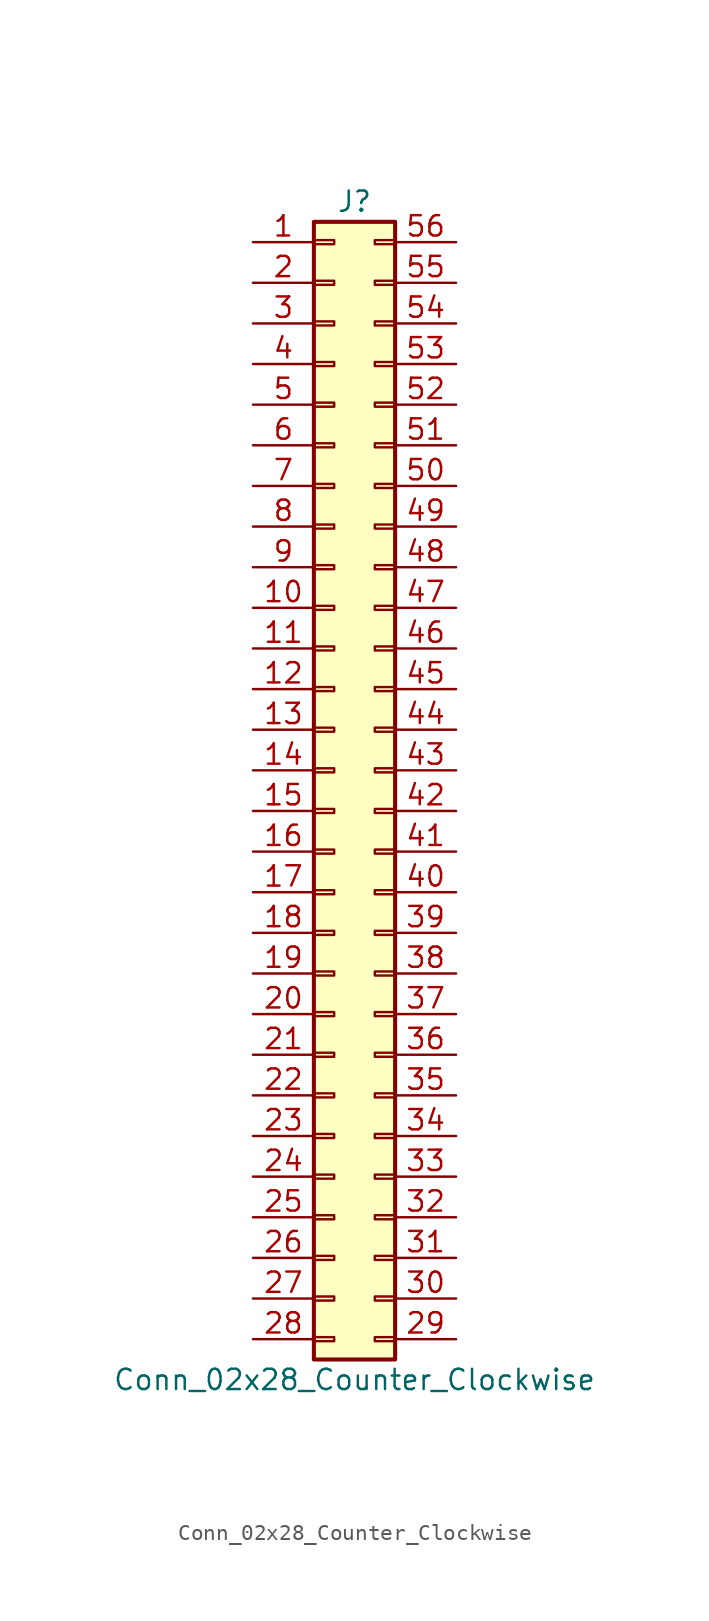
<source format=kicad_sym>
(kicad_symbol_lib
  (version 20220914)
  (generator kicad_symbol_editor)
  (symbol "Conn_02x28_Counter_Clockwise"
    (pin_names
      (offset 1.016) hide)
    (property "Reference" "J"
      (at 1.27 35.56 0)
      (effects (font (size 1.27 1.27))))
    (property "Value" "Conn_02x28_Counter_Clockwise"
      (at 1.27 -38.1 0)
      (effects (font (size 1.27 1.27))))
    (symbol "Conn_02x28_Counter_Clockwise_1_1"
      (rectangle (start -1.27 -35.433) (end 0 -35.687) (stroke (width 0.152) (type default)) (fill (type none)))
      (rectangle (start -1.27 -32.893) (end 0 -33.147) (stroke (width 0.152) (type default)) (fill (type none)))
      (rectangle (start -1.27 -30.353) (end 0 -30.607) (stroke (width 0.152) (type default)) (fill (type none)))
      (rectangle (start -1.27 -27.813) (end 0 -28.067) (stroke (width 0.152) (type default)) (fill (type none)))
      (rectangle (start -1.27 -25.273) (end 0 -25.527) (stroke (width 0.152) (type default)) (fill (type none)))
      (rectangle (start -1.27 -22.733) (end 0 -22.987) (stroke (width 0.152) (type default)) (fill (type none)))
      (rectangle (start -1.27 -20.193) (end 0 -20.447) (stroke (width 0.152) (type default)) (fill (type none)))
      (rectangle (start -1.27 -17.653) (end 0 -17.907) (stroke (width 0.152) (type default)) (fill (type none)))
      (rectangle (start -1.27 -15.113) (end 0 -15.367) (stroke (width 0.152) (type default)) (fill (type none)))
      (rectangle (start -1.27 -12.573) (end 0 -12.827) (stroke (width 0.152) (type default)) (fill (type none)))
      (rectangle (start -1.27 -10.033) (end 0 -10.287) (stroke (width 0.152) (type default)) (fill (type none)))
      (rectangle (start -1.27 -7.493) (end 0 -7.747) (stroke (width 0.152) (type default)) (fill (type none)))
      (rectangle (start -1.27 -4.953) (end 0 -5.207) (stroke (width 0.152) (type default)) (fill (type none)))
      (rectangle (start -1.27 -2.413) (end 0 -2.667) (stroke (width 0.152) (type default)) (fill (type none)))
      (rectangle (start -1.27 0.127) (end 0 -0.127) (stroke (width 0.152) (type default)) (fill (type none)))
      (rectangle (start -1.27 2.667) (end 0 2.413) (stroke (width 0.152) (type default)) (fill (type none)))
      (rectangle (start -1.27 5.207) (end 0 4.953) (stroke (width 0.152) (type default)) (fill (type none)))
      (rectangle (start -1.27 7.747) (end 0 7.493) (stroke (width 0.152) (type default)) (fill (type none)))
      (rectangle (start -1.27 10.287) (end 0 10.033) (stroke (width 0.152) (type default)) (fill (type none)))
      (rectangle (start -1.27 12.827) (end 0 12.573) (stroke (width 0.152) (type default)) (fill (type none)))
      (rectangle (start -1.27 15.367) (end 0 15.113) (stroke (width 0.152) (type default)) (fill (type none)))
      (rectangle (start -1.27 17.907) (end 0 17.653) (stroke (width 0.152) (type default)) (fill (type none)))
      (rectangle (start -1.27 20.447) (end 0 20.193) (stroke (width 0.152) (type default)) (fill (type none)))
      (rectangle (start -1.27 22.987) (end 0 22.733) (stroke (width 0.152) (type default)) (fill (type none)))
      (rectangle (start -1.27 25.527) (end 0 25.273) (stroke (width 0.152) (type default)) (fill (type none)))
      (rectangle (start -1.27 28.067) (end 0 27.813) (stroke (width 0.152) (type default)) (fill (type none)))
      (rectangle (start -1.27 30.607) (end 0 30.353) (stroke (width 0.152) (type default)) (fill (type none)))
      (rectangle (start -1.27 33.147) (end 0 32.893) (stroke (width 0.152) (type default)) (fill (type none)))
      (rectangle (start -1.27 34.29) (end 3.81 -36.83) (stroke (width 0.254) (type default)) (fill (type background)))
      (rectangle (start 3.81 -35.433) (end 2.54 -35.687) (stroke (width 0.152) (type default)) (fill (type none)))
      (rectangle (start 3.81 -32.893) (end 2.54 -33.147) (stroke (width 0.152) (type default)) (fill (type none)))
      (rectangle (start 3.81 -30.353) (end 2.54 -30.607) (stroke (width 0.152) (type default)) (fill (type none)))
      (rectangle (start 3.81 -27.813) (end 2.54 -28.067) (stroke (width 0.152) (type default)) (fill (type none)))
      (rectangle (start 3.81 -25.273) (end 2.54 -25.527) (stroke (width 0.152) (type default)) (fill (type none)))
      (rectangle (start 3.81 -22.733) (end 2.54 -22.987) (stroke (width 0.152) (type default)) (fill (type none)))
      (rectangle (start 3.81 -20.193) (end 2.54 -20.447) (stroke (width 0.152) (type default)) (fill (type none)))
      (rectangle (start 3.81 -17.653) (end 2.54 -17.907) (stroke (width 0.152) (type default)) (fill (type none)))
      (rectangle (start 3.81 -15.113) (end 2.54 -15.367) (stroke (width 0.152) (type default)) (fill (type none)))
      (rectangle (start 3.81 -12.573) (end 2.54 -12.827) (stroke (width 0.152) (type default)) (fill (type none)))
      (rectangle (start 3.81 -10.033) (end 2.54 -10.287) (stroke (width 0.152) (type default)) (fill (type none)))
      (rectangle (start 3.81 -7.493) (end 2.54 -7.747) (stroke (width 0.152) (type default)) (fill (type none)))
      (rectangle (start 3.81 -4.953) (end 2.54 -5.207) (stroke (width 0.152) (type default)) (fill (type none)))
      (rectangle (start 3.81 -2.413) (end 2.54 -2.667) (stroke (width 0.152) (type default)) (fill (type none)))
      (rectangle (start 3.81 0.127) (end 2.54 -0.127) (stroke (width 0.152) (type default)) (fill (type none)))
      (rectangle (start 3.81 2.667) (end 2.54 2.413) (stroke (width 0.152) (type default)) (fill (type none)))
      (rectangle (start 3.81 5.207) (end 2.54 4.953) (stroke (width 0.152) (type default)) (fill (type none)))
      (rectangle (start 3.81 7.747) (end 2.54 7.493) (stroke (width 0.152) (type default)) (fill (type none)))
      (rectangle (start 3.81 10.287) (end 2.54 10.033) (stroke (width 0.152) (type default)) (fill (type none)))
      (rectangle (start 3.81 12.827) (end 2.54 12.573) (stroke (width 0.152) (type default)) (fill (type none)))
      (rectangle (start 3.81 15.367) (end 2.54 15.113) (stroke (width 0.152) (type default)) (fill (type none)))
      (rectangle (start 3.81 17.907) (end 2.54 17.653) (stroke (width 0.152) (type default)) (fill (type none)))
      (rectangle (start 3.81 20.447) (end 2.54 20.193) (stroke (width 0.152) (type default)) (fill (type none)))
      (rectangle (start 3.81 22.987) (end 2.54 22.733) (stroke (width 0.152) (type default)) (fill (type none)))
      (rectangle (start 3.81 25.527) (end 2.54 25.273) (stroke (width 0.152) (type default)) (fill (type none)))
      (rectangle (start 3.81 28.067) (end 2.54 27.813) (stroke (width 0.152) (type default)) (fill (type none)))
      (rectangle (start 3.81 30.607) (end 2.54 30.353) (stroke (width 0.152) (type default)) (fill (type none)))
      (rectangle (start 3.81 33.147) (end 2.54 32.893) (stroke (width 0.152) (type default)) (fill (type none)))
      (pin passive line (at -5.08 33.02 0) (length 3.81) (name "Pin_1" (effects (font (size 1.27 1.27)))) (number "1" (effects (font (size 1.27 1.27)))))
      (pin passive line (at -5.08 10.16 0) (length 3.81) (name "Pin_10" (effects (font (size 1.27 1.27)))) (number "10" (effects (font (size 1.27 1.27)))))
      (pin passive line (at -5.08 7.62 0) (length 3.81) (name "Pin_11" (effects (font (size 1.27 1.27)))) (number "11" (effects (font (size 1.27 1.27)))))
      (pin passive line (at -5.08 5.08 0) (length 3.81) (name "Pin_12" (effects (font (size 1.27 1.27)))) (number "12" (effects (font (size 1.27 1.27)))))
      (pin passive line (at -5.08 2.54 0) (length 3.81) (name "Pin_13" (effects (font (size 1.27 1.27)))) (number "13" (effects (font (size 1.27 1.27)))))
      (pin passive line (at -5.08 0 0) (length 3.81) (name "Pin_14" (effects (font (size 1.27 1.27)))) (number "14" (effects (font (size 1.27 1.27)))))
      (pin passive line (at -5.08 -2.54 0) (length 3.81) (name "Pin_15" (effects (font (size 1.27 1.27)))) (number "15" (effects (font (size 1.27 1.27)))))
      (pin passive line (at -5.08 -5.08 0) (length 3.81) (name "Pin_16" (effects (font (size 1.27 1.27)))) (number "16" (effects (font (size 1.27 1.27)))))
      (pin passive line (at -5.08 -7.62 0) (length 3.81) (name "Pin_17" (effects (font (size 1.27 1.27)))) (number "17" (effects (font (size 1.27 1.27)))))
      (pin passive line (at -5.08 -10.16 0) (length 3.81) (name "Pin_18" (effects (font (size 1.27 1.27)))) (number "18" (effects (font (size 1.27 1.27)))))
      (pin passive line (at -5.08 -12.7 0) (length 3.81) (name "Pin_19" (effects (font (size 1.27 1.27)))) (number "19" (effects (font (size 1.27 1.27)))))
      (pin passive line (at -5.08 30.48 0) (length 3.81) (name "Pin_2" (effects (font (size 1.27 1.27)))) (number "2" (effects (font (size 1.27 1.27)))))
      (pin passive line (at -5.08 -15.24 0) (length 3.81) (name "Pin_20" (effects (font (size 1.27 1.27)))) (number "20" (effects (font (size 1.27 1.27)))))
      (pin passive line (at -5.08 -17.78 0) (length 3.81) (name "Pin_21" (effects (font (size 1.27 1.27)))) (number "21" (effects (font (size 1.27 1.27)))))
      (pin passive line (at -5.08 -20.32 0) (length 3.81) (name "Pin_22" (effects (font (size 1.27 1.27)))) (number "22" (effects (font (size 1.27 1.27)))))
      (pin passive line (at -5.08 -22.86 0) (length 3.81) (name "Pin_23" (effects (font (size 1.27 1.27)))) (number "23" (effects (font (size 1.27 1.27)))))
      (pin passive line (at -5.08 -25.4 0) (length 3.81) (name "Pin_24" (effects (font (size 1.27 1.27)))) (number "24" (effects (font (size 1.27 1.27)))))
      (pin passive line (at -5.08 -27.94 0) (length 3.81) (name "Pin_25" (effects (font (size 1.27 1.27)))) (number "25" (effects (font (size 1.27 1.27)))))
      (pin passive line (at -5.08 -30.48 0) (length 3.81) (name "Pin_26" (effects (font (size 1.27 1.27)))) (number "26" (effects (font (size 1.27 1.27)))))
      (pin passive line (at -5.08 -33.02 0) (length 3.81) (name "Pin_27" (effects (font (size 1.27 1.27)))) (number "27" (effects (font (size 1.27 1.27)))))
      (pin passive line (at -5.08 -35.56 0) (length 3.81) (name "Pin_28" (effects (font (size 1.27 1.27)))) (number "28" (effects (font (size 1.27 1.27)))))
      (pin passive line (at 7.62 -35.56 180) (length 3.81) (name "Pin_29" (effects (font (size 1.27 1.27)))) (number "29" (effects (font (size 1.27 1.27)))))
      (pin passive line (at -5.08 27.94 0) (length 3.81) (name "Pin_3" (effects (font (size 1.27 1.27)))) (number "3" (effects (font (size 1.27 1.27)))))
      (pin passive line (at 7.62 -33.02 180) (length 3.81) (name "Pin_30" (effects (font (size 1.27 1.27)))) (number "30" (effects (font (size 1.27 1.27)))))
      (pin passive line (at 7.62 -30.48 180) (length 3.81) (name "Pin_31" (effects (font (size 1.27 1.27)))) (number "31" (effects (font (size 1.27 1.27)))))
      (pin passive line (at 7.62 -27.94 180) (length 3.81) (name "Pin_32" (effects (font (size 1.27 1.27)))) (number "32" (effects (font (size 1.27 1.27)))))
      (pin passive line (at 7.62 -25.4 180) (length 3.81) (name "Pin_33" (effects (font (size 1.27 1.27)))) (number "33" (effects (font (size 1.27 1.27)))))
      (pin passive line (at 7.62 -22.86 180) (length 3.81) (name "Pin_34" (effects (font (size 1.27 1.27)))) (number "34" (effects (font (size 1.27 1.27)))))
      (pin passive line (at 7.62 -20.32 180) (length 3.81) (name "Pin_35" (effects (font (size 1.27 1.27)))) (number "35" (effects (font (size 1.27 1.27)))))
      (pin passive line (at 7.62 -17.78 180) (length 3.81) (name "Pin_36" (effects (font (size 1.27 1.27)))) (number "36" (effects (font (size 1.27 1.27)))))
      (pin passive line (at 7.62 -15.24 180) (length 3.81) (name "Pin_37" (effects (font (size 1.27 1.27)))) (number "37" (effects (font (size 1.27 1.27)))))
      (pin passive line (at 7.62 -12.7 180) (length 3.81) (name "Pin_38" (effects (font (size 1.27 1.27)))) (number "38" (effects (font (size 1.27 1.27)))))
      (pin passive line (at 7.62 -10.16 180) (length 3.81) (name "Pin_39" (effects (font (size 1.27 1.27)))) (number "39" (effects (font (size 1.27 1.27)))))
      (pin passive line (at -5.08 25.4 0) (length 3.81) (name "Pin_4" (effects (font (size 1.27 1.27)))) (number "4" (effects (font (size 1.27 1.27)))))
      (pin passive line (at 7.62 -7.62 180) (length 3.81) (name "Pin_40" (effects (font (size 1.27 1.27)))) (number "40" (effects (font (size 1.27 1.27)))))
      (pin passive line (at 7.62 -5.08 180) (length 3.81) (name "Pin_41" (effects (font (size 1.27 1.27)))) (number "41" (effects (font (size 1.27 1.27)))))
      (pin passive line (at 7.62 -2.54 180) (length 3.81) (name "Pin_42" (effects (font (size 1.27 1.27)))) (number "42" (effects (font (size 1.27 1.27)))))
      (pin passive line (at 7.62 0 180) (length 3.81) (name "Pin_43" (effects (font (size 1.27 1.27)))) (number "43" (effects (font (size 1.27 1.27)))))
      (pin passive line (at 7.62 2.54 180) (length 3.81) (name "Pin_44" (effects (font (size 1.27 1.27)))) (number "44" (effects (font (size 1.27 1.27)))))
      (pin passive line (at 7.62 5.08 180) (length 3.81) (name "Pin_45" (effects (font (size 1.27 1.27)))) (number "45" (effects (font (size 1.27 1.27)))))
      (pin passive line (at 7.62 7.62 180) (length 3.81) (name "Pin_46" (effects (font (size 1.27 1.27)))) (number "46" (effects (font (size 1.27 1.27)))))
      (pin passive line (at 7.62 10.16 180) (length 3.81) (name "Pin_47" (effects (font (size 1.27 1.27)))) (number "47" (effects (font (size 1.27 1.27)))))
      (pin passive line (at 7.62 12.7 180) (length 3.81) (name "Pin_48" (effects (font (size 1.27 1.27)))) (number "48" (effects (font (size 1.27 1.27)))))
      (pin passive line (at 7.62 15.24 180) (length 3.81) (name "Pin_49" (effects (font (size 1.27 1.27)))) (number "49" (effects (font (size 1.27 1.27)))))
      (pin passive line (at -5.08 22.86 0) (length 3.81) (name "Pin_5" (effects (font (size 1.27 1.27)))) (number "5" (effects (font (size 1.27 1.27)))))
      (pin passive line (at 7.62 17.78 180) (length 3.81) (name "Pin_50" (effects (font (size 1.27 1.27)))) (number "50" (effects (font (size 1.27 1.27)))))
      (pin passive line (at 7.62 20.32 180) (length 3.81) (name "Pin_51" (effects (font (size 1.27 1.27)))) (number "51" (effects (font (size 1.27 1.27)))))
      (pin passive line (at 7.62 22.86 180) (length 3.81) (name "Pin_52" (effects (font (size 1.27 1.27)))) (number "52" (effects (font (size 1.27 1.27)))))
      (pin passive line (at 7.62 25.4 180) (length 3.81) (name "Pin_53" (effects (font (size 1.27 1.27)))) (number "53" (effects (font (size 1.27 1.27)))))
      (pin passive line (at 7.62 27.94 180) (length 3.81) (name "Pin_54" (effects (font (size 1.27 1.27)))) (number "54" (effects (font (size 1.27 1.27)))))
      (pin passive line (at 7.62 30.48 180) (length 3.81) (name "Pin_55" (effects (font (size 1.27 1.27)))) (number "55" (effects (font (size 1.27 1.27)))))
      (pin passive line (at 7.62 33.02 180) (length 3.81) (name "Pin_56" (effects (font (size 1.27 1.27)))) (number "56" (effects (font (size 1.27 1.27)))))
      (pin passive line (at -5.08 20.32 0) (length 3.81) (name "Pin_6" (effects (font (size 1.27 1.27)))) (number "6" (effects (font (size 1.27 1.27)))))
      (pin passive line (at -5.08 17.78 0) (length 3.81) (name "Pin_7" (effects (font (size 1.27 1.27)))) (number "7" (effects (font (size 1.27 1.27)))))
      (pin passive line (at -5.08 15.24 0) (length 3.81) (name "Pin_8" (effects (font (size 1.27 1.27)))) (number "8" (effects (font (size 1.27 1.27)))))
      (pin passive line (at -5.08 12.7 0) (length 3.81) (name "Pin_9" (effects (font (size 1.27 1.27)))) (number "9" (effects (font (size 1.27 1.27))))))))
</source>
